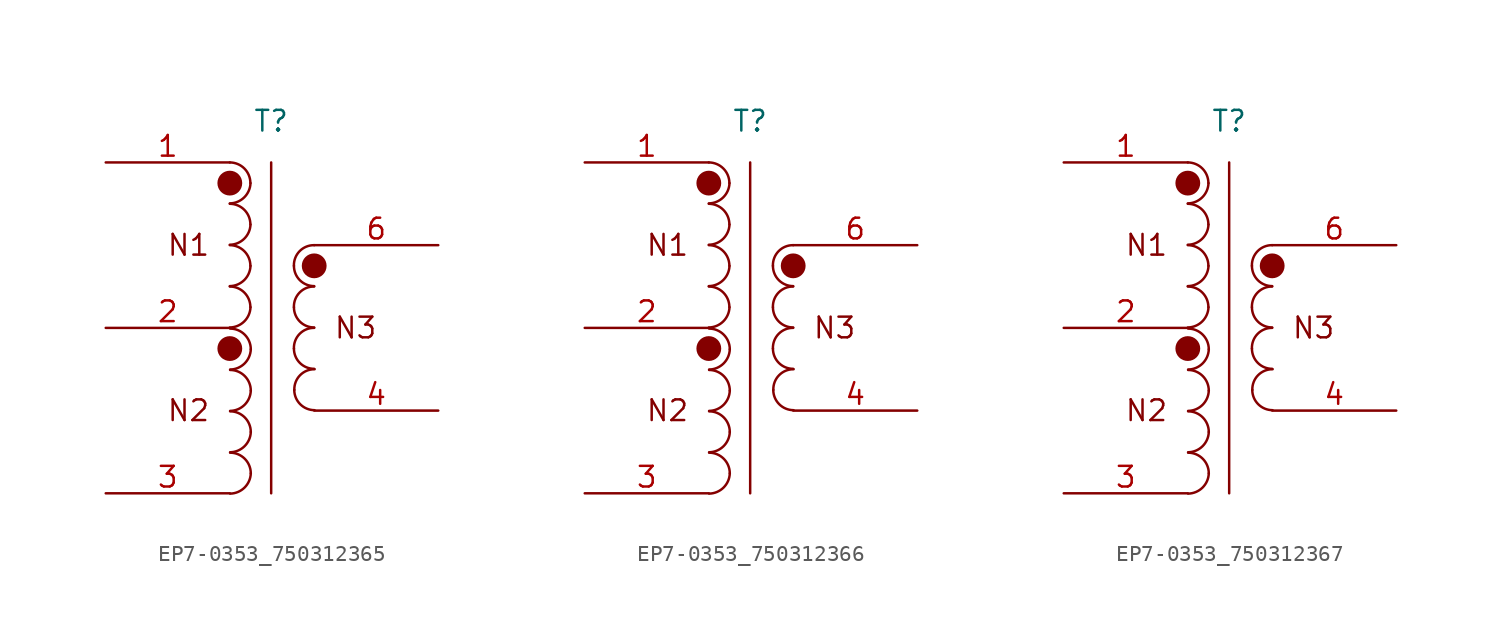
<source format=kicad_sym>
(kicad_symbol_lib
  (version 20220914)
  (generator kicad_symbol_editor)
  (symbol "EP7-0353_750312365"
    (pin_names hide)
    (property "Reference" "T"
      (at 0 12.7 0)
      (effects (font (size 1.27 1.27))))
    (property "Critical Parameter" ""
      (at 0 -5.08 0)
      (effects (font (size 1.27 1.27))))
    (symbol "EP7-0353_750312365_0_1"
      (arc (start -2.54 0.0254) (mid -1.6561 0.3937) (end -1.27 1.27) (stroke (width 0) (type default)) (fill (type none)))
      (arc (start -2.54 2.5654) (mid -1.6561 2.9337) (end -1.27 3.81) (stroke (width 0) (type default)) (fill (type none)))
      (arc (start -2.54 5.1054) (mid -1.6561 5.4737) (end -1.27 6.35) (stroke (width 0) (type default)) (fill (type none)))
      (arc (start -2.54 7.6454) (mid -1.6561 8.0137) (end -1.27 8.89) (stroke (width 0) (type default)) (fill (type none)))
      (arc (start -2.5215 -10.1791) (mid -1.6376 -9.8108) (end -1.2515 -8.9345) (stroke (width 0) (type default)) (fill (type none)))
      (arc (start -2.5215 -7.6391) (mid -1.6376 -7.2708) (end -1.2515 -6.3945) (stroke (width 0) (type default)) (fill (type none)))
      (arc (start -2.5215 -5.0991) (mid -1.6376 -4.7308) (end -1.2515 -3.8545) (stroke (width 0) (type default)) (fill (type none)))
      (arc (start -2.5215 -2.5591) (mid -1.6376 -2.1908) (end -1.2515 -1.3145) (stroke (width 0) (type default)) (fill (type none)))
      (arc (start -1.27 1.27) (mid -1.642 2.168) (end -2.54 2.54) (stroke (width 0) (type default)) (fill (type none)))
      (arc (start -1.27 3.81) (mid -1.642 4.708) (end -2.54 5.08) (stroke (width 0) (type default)) (fill (type none)))
      (arc (start -1.27 6.35) (mid -1.642 7.248) (end -2.54 7.62) (stroke (width 0) (type default)) (fill (type none)))
      (arc (start -1.27 8.89) (mid -1.642 9.788) (end -2.54 10.16) (stroke (width 0) (type default)) (fill (type none)))
      (arc (start -1.2515 -8.9345) (mid -1.6235 -8.0365) (end -2.5215 -7.6645) (stroke (width 0) (type default)) (fill (type none)))
      (arc (start -1.2515 -6.3945) (mid -1.6235 -5.4965) (end -2.5215 -5.1245) (stroke (width 0) (type default)) (fill (type none)))
      (arc (start -1.2515 -3.8545) (mid -1.6235 -2.9565) (end -2.5215 -2.5845) (stroke (width 0) (type default)) (fill (type none)))
      (arc (start -1.2515 -1.3145) (mid -1.6235 -0.4165) (end -2.5215 -0.0445) (stroke (width 0) (type default)) (fill (type none)))
      (polyline (pts (xy 0 10.16) (xy 0 -10.16)) (stroke (width 0) (type default)) (fill (type none)))
      (arc (start 1.397 -1.27) (mid 1.7615 -2.1501) (end 2.6416 -2.5146) (stroke (width 0) (type default)) (fill (type none)))
      (arc (start 1.397 1.27) (mid 1.7615 0.3899) (end 2.6416 0.0254) (stroke (width 0) (type default)) (fill (type none)))
      (arc (start 1.397 3.81) (mid 1.7615 2.9299) (end 2.6416 2.5654) (stroke (width 0) (type default)) (fill (type none)))
      (arc (start 1.4224 -3.81) (mid 1.787 -4.6899) (end 2.667 -5.0546) (stroke (width 0) (type default)) (fill (type none)))
      (arc (start 2.6416 0) (mid 1.7474 -0.3685) (end 1.397 -1.27) (stroke (width 0) (type default)) (fill (type none)))
      (arc (start 2.6416 2.54) (mid 1.7474 2.1715) (end 1.397 1.27) (stroke (width 0) (type default)) (fill (type none)))
      (arc (start 2.6416 5.08) (mid 1.7474 4.7115) (end 1.397 3.81) (stroke (width 0) (type default)) (fill (type none)))
      (arc (start 2.667 -2.54) (mid 1.7725 -2.9083) (end 1.4224 -3.81) (stroke (width 0) (type default)) (fill (type none))))
    (symbol "EP7-0353_750312365_1_1"
      (circle (center -2.54 -1.27) (radius 0.0001) (stroke (width 0.762) (type default)) (fill (type none)))
      (circle (center -2.54 8.89) (radius 0.0001) (stroke (width 0.762) (type default)) (fill (type none)))
      (circle (center 2.642 3.81) (radius 0.0001) (stroke (width 0.762) (type default)) (fill (type none)))
      (text "N1" (at -5.08 5.08 0) (effects (font (size 1.27 1.27))))
      (text "N2" (at -5.08 -5.08 0) (effects (font (size 1.27 1.27))))
      (text "N3" (at 5.182 0 0) (effects (font (size 1.27 1.27))))
      (pin passive line (at -10.16 10.16 0) (length 7.62) (name "1" (effects (font (size 1.27 1.27)))) (number "1" (effects (font (size 1.27 1.27)))))
      (pin passive line (at -10.16 0 0) (length 7.62) (name "2" (effects (font (size 1.27 1.27)))) (number "2" (effects (font (size 1.27 1.27)))))
      (pin passive line (at -10.16 -10.16 0) (length 7.62) (name "3" (effects (font (size 1.27 1.27)))) (number "3" (effects (font (size 1.27 1.27)))))
      (pin passive line (at 10.262 -5.08 180) (length 7.62) (name "4" (effects (font (size 1.27 1.27)))) (number "4" (effects (font (size 1.27 1.27)))))
      (pin passive line (at 10.262 5.08 180) (length 7.62) (name "6" (effects (font (size 1.27 1.27)))) (number "6" (effects (font (size 1.27 1.27)))))))
  (symbol "EP7-0353_750312366"
    (pin_names hide)
    (property "Reference" "T"
      (at 0 12.7 0)
      (effects (font (size 1.27 1.27))))
    (property "Critical Parameter" ""
      (at 0 -5.08 0)
      (effects (font (size 1.27 1.27))))
    (symbol "EP7-0353_750312366_0_1"
      (arc (start -2.54 0.0254) (mid -1.6561 0.3937) (end -1.27 1.27) (stroke (width 0) (type default)) (fill (type none)))
      (arc (start -2.54 2.5654) (mid -1.6561 2.9337) (end -1.27 3.81) (stroke (width 0) (type default)) (fill (type none)))
      (arc (start -2.54 5.1054) (mid -1.6561 5.4737) (end -1.27 6.35) (stroke (width 0) (type default)) (fill (type none)))
      (arc (start -2.54 7.6454) (mid -1.6561 8.0137) (end -1.27 8.89) (stroke (width 0) (type default)) (fill (type none)))
      (arc (start -2.5215 -10.1791) (mid -1.6376 -9.8108) (end -1.2515 -8.9345) (stroke (width 0) (type default)) (fill (type none)))
      (arc (start -2.5215 -7.6391) (mid -1.6376 -7.2708) (end -1.2515 -6.3945) (stroke (width 0) (type default)) (fill (type none)))
      (arc (start -2.5215 -5.0991) (mid -1.6376 -4.7308) (end -1.2515 -3.8545) (stroke (width 0) (type default)) (fill (type none)))
      (arc (start -2.5215 -2.5591) (mid -1.6376 -2.1908) (end -1.2515 -1.3145) (stroke (width 0) (type default)) (fill (type none)))
      (arc (start -1.27 1.27) (mid -1.642 2.168) (end -2.54 2.54) (stroke (width 0) (type default)) (fill (type none)))
      (arc (start -1.27 3.81) (mid -1.642 4.708) (end -2.54 5.08) (stroke (width 0) (type default)) (fill (type none)))
      (arc (start -1.27 6.35) (mid -1.642 7.248) (end -2.54 7.62) (stroke (width 0) (type default)) (fill (type none)))
      (arc (start -1.27 8.89) (mid -1.642 9.788) (end -2.54 10.16) (stroke (width 0) (type default)) (fill (type none)))
      (arc (start -1.2515 -8.9345) (mid -1.6235 -8.0365) (end -2.5215 -7.6645) (stroke (width 0) (type default)) (fill (type none)))
      (arc (start -1.2515 -6.3945) (mid -1.6235 -5.4965) (end -2.5215 -5.1245) (stroke (width 0) (type default)) (fill (type none)))
      (arc (start -1.2515 -3.8545) (mid -1.6235 -2.9565) (end -2.5215 -2.5845) (stroke (width 0) (type default)) (fill (type none)))
      (arc (start -1.2515 -1.3145) (mid -1.6235 -0.4165) (end -2.5215 -0.0445) (stroke (width 0) (type default)) (fill (type none)))
      (polyline (pts (xy 0 10.16) (xy 0 -10.16)) (stroke (width 0) (type default)) (fill (type none)))
      (arc (start 1.397 -1.27) (mid 1.7615 -2.1501) (end 2.6416 -2.5146) (stroke (width 0) (type default)) (fill (type none)))
      (arc (start 1.397 1.27) (mid 1.7615 0.3899) (end 2.6416 0.0254) (stroke (width 0) (type default)) (fill (type none)))
      (arc (start 1.397 3.81) (mid 1.7615 2.9299) (end 2.6416 2.5654) (stroke (width 0) (type default)) (fill (type none)))
      (arc (start 1.4224 -3.81) (mid 1.787 -4.6899) (end 2.667 -5.0546) (stroke (width 0) (type default)) (fill (type none)))
      (arc (start 2.6416 0) (mid 1.7474 -0.3685) (end 1.397 -1.27) (stroke (width 0) (type default)) (fill (type none)))
      (arc (start 2.6416 2.54) (mid 1.7474 2.1715) (end 1.397 1.27) (stroke (width 0) (type default)) (fill (type none)))
      (arc (start 2.6416 5.08) (mid 1.7474 4.7115) (end 1.397 3.81) (stroke (width 0) (type default)) (fill (type none)))
      (arc (start 2.667 -2.54) (mid 1.7725 -2.9083) (end 1.4224 -3.81) (stroke (width 0) (type default)) (fill (type none))))
    (symbol "EP7-0353_750312366_1_1"
      (circle (center -2.54 -1.27) (radius 0.0001) (stroke (width 0.762) (type default)) (fill (type none)))
      (circle (center -2.54 8.89) (radius 0.0001) (stroke (width 0.762) (type default)) (fill (type none)))
      (circle (center 2.642 3.81) (radius 0.0001) (stroke (width 0.762) (type default)) (fill (type none)))
      (text "N1" (at -5.08 5.08 0) (effects (font (size 1.27 1.27))))
      (text "N2" (at -5.08 -5.08 0) (effects (font (size 1.27 1.27))))
      (text "N3" (at 5.182 0 0) (effects (font (size 1.27 1.27))))
      (pin passive line (at -10.16 10.16 0) (length 7.62) (name "1" (effects (font (size 1.27 1.27)))) (number "1" (effects (font (size 1.27 1.27)))))
      (pin passive line (at -10.16 0 0) (length 7.62) (name "2" (effects (font (size 1.27 1.27)))) (number "2" (effects (font (size 1.27 1.27)))))
      (pin passive line (at -10.16 -10.16 0) (length 7.62) (name "3" (effects (font (size 1.27 1.27)))) (number "3" (effects (font (size 1.27 1.27)))))
      (pin passive line (at 10.262 -5.08 180) (length 7.62) (name "4" (effects (font (size 1.27 1.27)))) (number "4" (effects (font (size 1.27 1.27)))))
      (pin passive line (at 10.262 5.08 180) (length 7.62) (name "6" (effects (font (size 1.27 1.27)))) (number "6" (effects (font (size 1.27 1.27)))))))
  (symbol "EP7-0353_750312367"
    (pin_names hide)
    (property "Reference" "T"
      (at 0 12.7 0)
      (effects (font (size 1.27 1.27))))
    (property "Critical Parameter" ""
      (at 0 -5.08 0)
      (effects (font (size 1.27 1.27))))
    (symbol "EP7-0353_750312367_0_1"
      (arc (start -2.54 0.0254) (mid -1.6561 0.3937) (end -1.27 1.27) (stroke (width 0) (type default)) (fill (type none)))
      (arc (start -2.54 2.5654) (mid -1.6561 2.9337) (end -1.27 3.81) (stroke (width 0) (type default)) (fill (type none)))
      (arc (start -2.54 5.1054) (mid -1.6561 5.4737) (end -1.27 6.35) (stroke (width 0) (type default)) (fill (type none)))
      (arc (start -2.54 7.6454) (mid -1.6561 8.0137) (end -1.27 8.89) (stroke (width 0) (type default)) (fill (type none)))
      (arc (start -2.5215 -10.1791) (mid -1.6376 -9.8108) (end -1.2515 -8.9345) (stroke (width 0) (type default)) (fill (type none)))
      (arc (start -2.5215 -7.6391) (mid -1.6376 -7.2708) (end -1.2515 -6.3945) (stroke (width 0) (type default)) (fill (type none)))
      (arc (start -2.5215 -5.0991) (mid -1.6376 -4.7308) (end -1.2515 -3.8545) (stroke (width 0) (type default)) (fill (type none)))
      (arc (start -2.5215 -2.5591) (mid -1.6376 -2.1908) (end -1.2515 -1.3145) (stroke (width 0) (type default)) (fill (type none)))
      (arc (start -1.27 1.27) (mid -1.642 2.168) (end -2.54 2.54) (stroke (width 0) (type default)) (fill (type none)))
      (arc (start -1.27 3.81) (mid -1.642 4.708) (end -2.54 5.08) (stroke (width 0) (type default)) (fill (type none)))
      (arc (start -1.27 6.35) (mid -1.642 7.248) (end -2.54 7.62) (stroke (width 0) (type default)) (fill (type none)))
      (arc (start -1.27 8.89) (mid -1.642 9.788) (end -2.54 10.16) (stroke (width 0) (type default)) (fill (type none)))
      (arc (start -1.2515 -8.9345) (mid -1.6235 -8.0365) (end -2.5215 -7.6645) (stroke (width 0) (type default)) (fill (type none)))
      (arc (start -1.2515 -6.3945) (mid -1.6235 -5.4965) (end -2.5215 -5.1245) (stroke (width 0) (type default)) (fill (type none)))
      (arc (start -1.2515 -3.8545) (mid -1.6235 -2.9565) (end -2.5215 -2.5845) (stroke (width 0) (type default)) (fill (type none)))
      (arc (start -1.2515 -1.3145) (mid -1.6235 -0.4165) (end -2.5215 -0.0445) (stroke (width 0) (type default)) (fill (type none)))
      (polyline (pts (xy 0 10.16) (xy 0 -10.16)) (stroke (width 0) (type default)) (fill (type none)))
      (arc (start 1.397 -1.27) (mid 1.7615 -2.1501) (end 2.6416 -2.5146) (stroke (width 0) (type default)) (fill (type none)))
      (arc (start 1.397 1.27) (mid 1.7615 0.3899) (end 2.6416 0.0254) (stroke (width 0) (type default)) (fill (type none)))
      (arc (start 1.397 3.81) (mid 1.7615 2.9299) (end 2.6416 2.5654) (stroke (width 0) (type default)) (fill (type none)))
      (arc (start 1.4224 -3.81) (mid 1.787 -4.6899) (end 2.667 -5.0546) (stroke (width 0) (type default)) (fill (type none)))
      (arc (start 2.6416 0) (mid 1.7474 -0.3685) (end 1.397 -1.27) (stroke (width 0) (type default)) (fill (type none)))
      (arc (start 2.6416 2.54) (mid 1.7474 2.1715) (end 1.397 1.27) (stroke (width 0) (type default)) (fill (type none)))
      (arc (start 2.6416 5.08) (mid 1.7474 4.7115) (end 1.397 3.81) (stroke (width 0) (type default)) (fill (type none)))
      (arc (start 2.667 -2.54) (mid 1.7725 -2.9083) (end 1.4224 -3.81) (stroke (width 0) (type default)) (fill (type none))))
    (symbol "EP7-0353_750312367_1_1"
      (circle (center -2.54 -1.27) (radius 0.0001) (stroke (width 0.762) (type default)) (fill (type none)))
      (circle (center -2.54 8.89) (radius 0.0001) (stroke (width 0.762) (type default)) (fill (type none)))
      (circle (center 2.642 3.81) (radius 0.0001) (stroke (width 0.762) (type default)) (fill (type none)))
      (text "N1" (at -5.08 5.08 0) (effects (font (size 1.27 1.27))))
      (text "N2" (at -5.08 -5.08 0) (effects (font (size 1.27 1.27))))
      (text "N3" (at 5.182 0 0) (effects (font (size 1.27 1.27))))
      (pin passive line (at -10.16 10.16 0) (length 7.62) (name "1" (effects (font (size 1.27 1.27)))) (number "1" (effects (font (size 1.27 1.27)))))
      (pin passive line (at -10.16 0 0) (length 7.62) (name "2" (effects (font (size 1.27 1.27)))) (number "2" (effects (font (size 1.27 1.27)))))
      (pin passive line (at -10.16 -10.16 0) (length 7.62) (name "3" (effects (font (size 1.27 1.27)))) (number "3" (effects (font (size 1.27 1.27)))))
      (pin passive line (at 10.262 -5.08 180) (length 7.62) (name "4" (effects (font (size 1.27 1.27)))) (number "4" (effects (font (size 1.27 1.27)))))
      (pin passive line (at 10.262 5.08 180) (length 7.62) (name "6" (effects (font (size 1.27 1.27)))) (number "6" (effects (font (size 1.27 1.27))))))))
</source>
